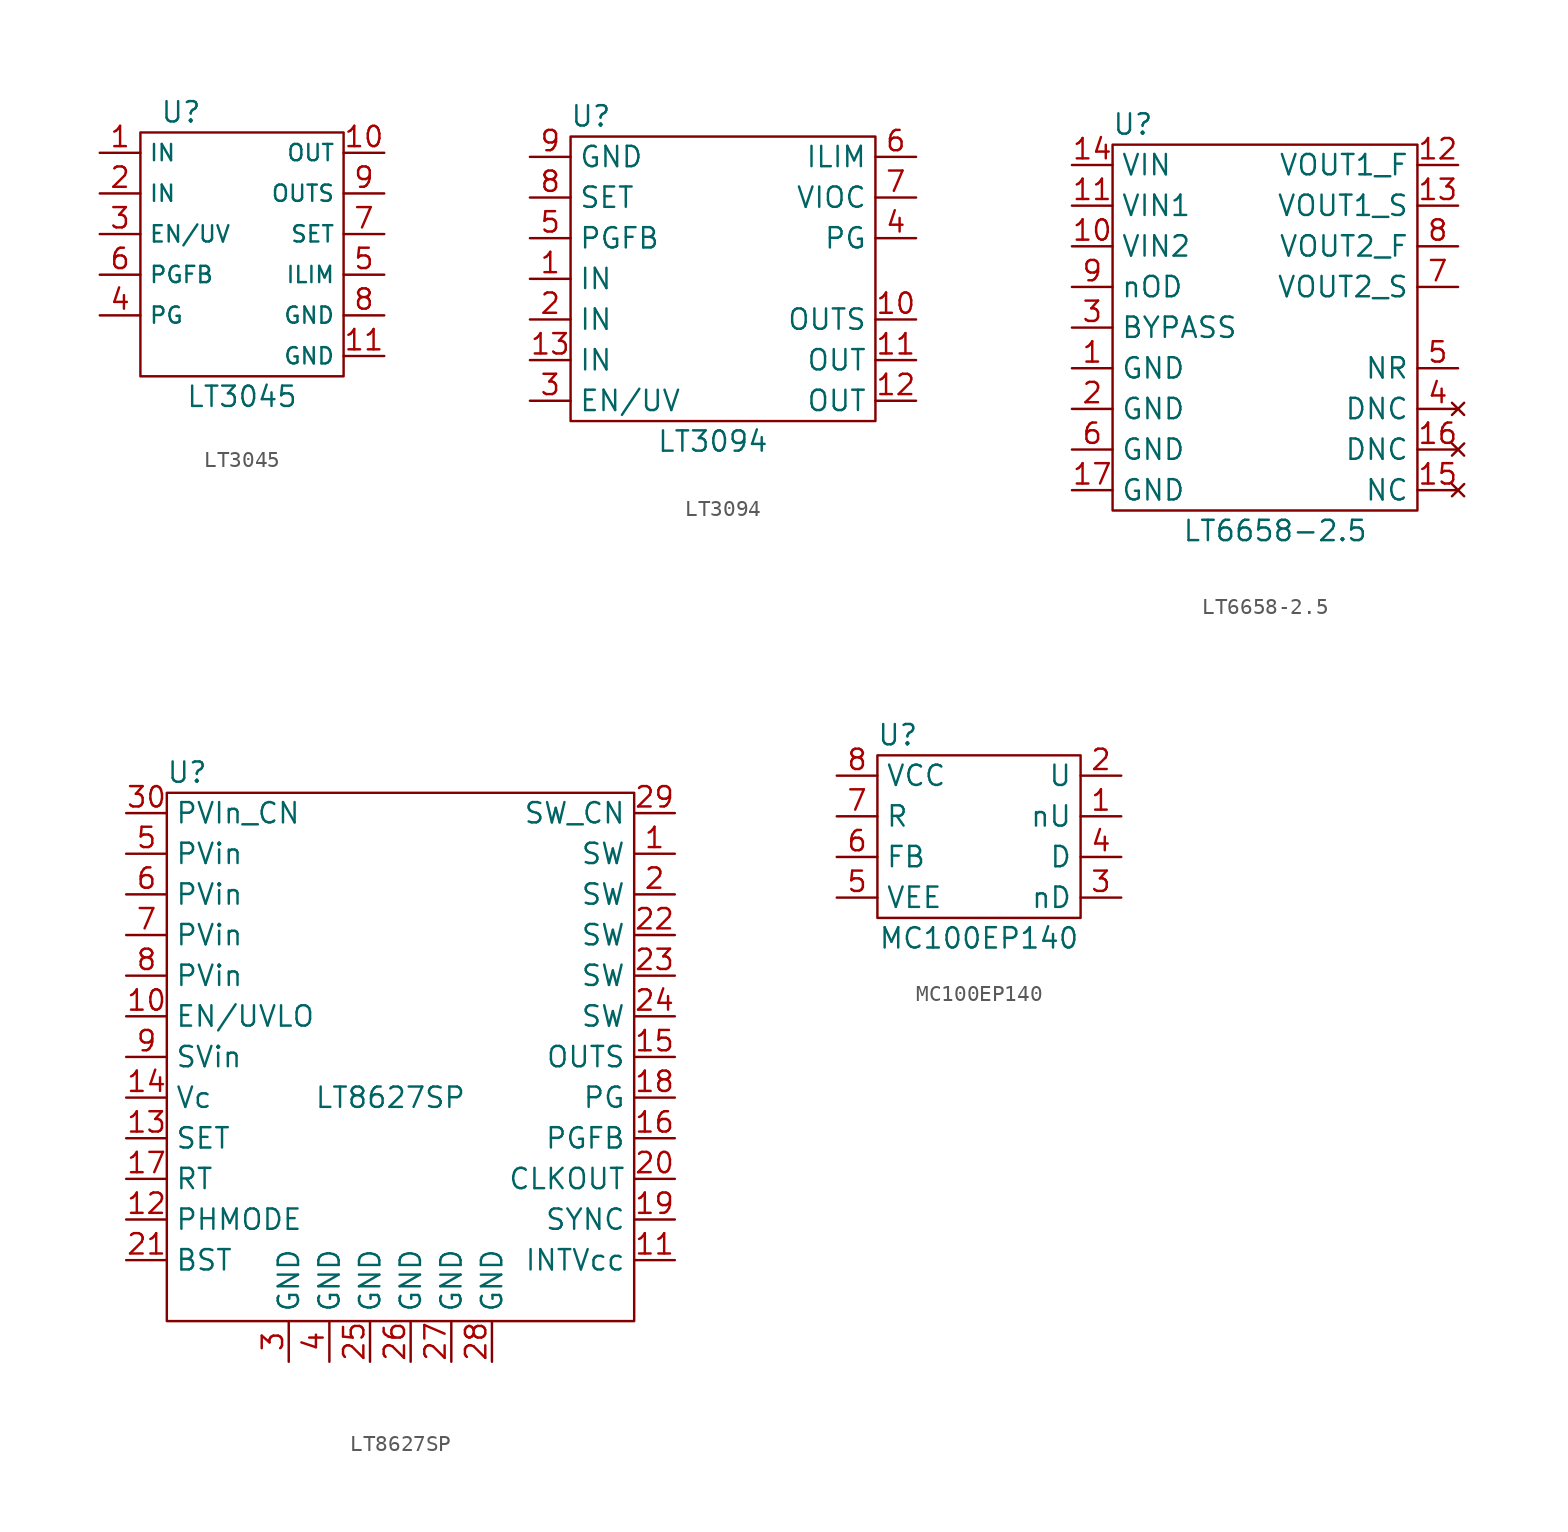
<source format=kicad_sym>
(kicad_symbol_lib
  (version 20211014)
  (generator kicad_symbol_editor)
  (symbol "LT3045"
    (property "Reference" "U"
      (at -3.81 7.62 0)
      (effects (font (size 1.27 1.27))))
    (property "Value" "LT3045"
      (at 0 -10.16 0)
      (effects (font (size 1.27 1.27))))
    (symbol "LT3045_0_1"
      (rectangle (start -6.35 6.35) (end 6.35 -8.89) (stroke (width 0.152) (type default) (color 0 0 0 0)) (fill (type none))))
    (symbol "LT3045_1_1"
      (pin power_in line (at -8.89 5.08 0) (length 2.54) (name "IN" (effects (font (size 1.016 1.016)))) (number "1" (effects (font (size 1.27 1.27)))))
      (pin power_out line (at 8.89 5.08 180) (length 2.54) (name "OUT" (effects (font (size 1.016 1.016)))) (number "10" (effects (font (size 1.27 1.27)))))
      (pin power_in line (at 8.89 -7.62 180) (length 2.54) (name "GND" (effects (font (size 1.016 1.016)))) (number "11" (effects (font (size 1.27 1.27)))))
      (pin power_in line (at -8.89 2.54 0) (length 2.54) (name "IN" (effects (font (size 1.016 1.016)))) (number "2" (effects (font (size 1.27 1.27)))))
      (pin input line (at -8.89 0 0) (length 2.54) (name "EN/UV" (effects (font (size 1.016 1.016)))) (number "3" (effects (font (size 1.27 1.27)))))
      (pin output line (at -8.89 -5.08 0) (length 2.54) (name "PG" (effects (font (size 1.016 1.016)))) (number "4" (effects (font (size 1.27 1.27)))))
      (pin passive line (at 8.89 -2.54 180) (length 2.54) (name "ILIM" (effects (font (size 1.016 1.016)))) (number "5" (effects (font (size 1.27 1.27)))))
      (pin input line (at -8.89 -2.54 0) (length 2.54) (name "PGFB" (effects (font (size 1.016 1.016)))) (number "6" (effects (font (size 1.27 1.27)))))
      (pin input line (at 8.89 0 180) (length 2.54) (name "SET" (effects (font (size 1.016 1.016)))) (number "7" (effects (font (size 1.27 1.27)))))
      (pin power_in line (at 8.89 -5.08 180) (length 2.54) (name "GND" (effects (font (size 1.016 1.016)))) (number "8" (effects (font (size 1.27 1.27)))))
      (pin power_out line (at 8.89 2.54 180) (length 2.54) (name "OUTS" (effects (font (size 1.016 1.016)))) (number "9" (effects (font (size 1.27 1.27)))))))
  (symbol "LT3094"
    (property "Reference" "U"
      (at -7.62 10.16 0)
      (effects (font (size 1.27 1.27))))
    (property "Value" "LT3094"
      (at 0 -10.16 0)
      (effects (font (size 1.27 1.27))))
    (symbol "LT3094_0_1"
      (rectangle (start -8.89 8.89) (end 10.16 -8.89) (stroke (width 0.152) (type default) (color 0 0 0 0)) (fill (type none))))
    (symbol "LT3094_1_1"
      (pin power_in line (at -11.43 0 0) (length 2.54) (name "IN" (effects (font (size 1.27 1.27)))) (number "1" (effects (font (size 1.27 1.27)))))
      (pin power_out line (at 12.7 -2.54 180) (length 2.54) (name "OUTS" (effects (font (size 1.27 1.27)))) (number "10" (effects (font (size 1.27 1.27)))))
      (pin power_out line (at 12.7 -5.08 180) (length 2.54) (name "OUT" (effects (font (size 1.27 1.27)))) (number "11" (effects (font (size 1.27 1.27)))))
      (pin power_out line (at 12.7 -7.62 180) (length 2.54) (name "OUT" (effects (font (size 1.27 1.27)))) (number "12" (effects (font (size 1.27 1.27)))))
      (pin power_in line (at -11.43 -5.08 0) (length 2.54) (name "IN" (effects (font (size 1.27 1.27)))) (number "13" (effects (font (size 1.27 1.27)))))
      (pin power_in line (at -11.43 -2.54 0) (length 2.54) (name "IN" (effects (font (size 1.27 1.27)))) (number "2" (effects (font (size 1.27 1.27)))))
      (pin input line (at -11.43 -7.62 0) (length 2.54) (name "EN/UV" (effects (font (size 1.27 1.27)))) (number "3" (effects (font (size 1.27 1.27)))))
      (pin output line (at 12.7 2.54 180) (length 2.54) (name "PG" (effects (font (size 1.27 1.27)))) (number "4" (effects (font (size 1.27 1.27)))))
      (pin input line (at -11.43 2.54 0) (length 2.54) (name "PGFB" (effects (font (size 1.27 1.27)))) (number "5" (effects (font (size 1.27 1.27)))))
      (pin input line (at 12.7 7.62 180) (length 2.54) (name "ILIM" (effects (font (size 1.27 1.27)))) (number "6" (effects (font (size 1.27 1.27)))))
      (pin input line (at 12.7 5.08 180) (length 2.54) (name "VIOC" (effects (font (size 1.27 1.27)))) (number "7" (effects (font (size 1.27 1.27)))))
      (pin input line (at -11.43 5.08 0) (length 2.54) (name "SET" (effects (font (size 1.27 1.27)))) (number "8" (effects (font (size 1.27 1.27)))))
      (pin power_in line (at -11.43 7.62 0) (length 2.54) (name "GND" (effects (font (size 1.27 1.27)))) (number "9" (effects (font (size 1.27 1.27)))))))
  (symbol "LT6658-2.5"
    (property "Reference" "U"
      (at -7.62 12.7 0)
      (effects (font (size 1.27 1.27))))
    (property "Value" "LT6658-2.5"
      (at 1.27 -12.7 0)
      (effects (font (size 1.27 1.27))))
    (symbol "LT6658-2.5_0_1"
      (rectangle (start -8.89 11.43) (end 10.16 -11.43) (stroke (width 0.152) (type default) (color 0 0 0 0)) (fill (type none))))
    (symbol "LT6658-2.5_1_1"
      (pin power_in line (at -11.43 -2.54 0) (length 2.54) (name "GND" (effects (font (size 1.27 1.27)))) (number "1" (effects (font (size 1.27 1.27)))))
      (pin power_in line (at -11.43 5.08 0) (length 2.54) (name "VIN2" (effects (font (size 1.27 1.27)))) (number "10" (effects (font (size 1.27 1.27)))))
      (pin power_in line (at -11.43 7.62 0) (length 2.54) (name "VIN1" (effects (font (size 1.27 1.27)))) (number "11" (effects (font (size 1.27 1.27)))))
      (pin power_out line (at 12.7 10.16 180) (length 2.54) (name "VOUT1_F" (effects (font (size 1.27 1.27)))) (number "12" (effects (font (size 1.27 1.27)))))
      (pin passive line (at 12.7 7.62 180) (length 2.54) (name "VOUT1_S" (effects (font (size 1.27 1.27)))) (number "13" (effects (font (size 1.27 1.27)))))
      (pin power_in line (at -11.43 10.16 0) (length 2.54) (name "VIN" (effects (font (size 1.27 1.27)))) (number "14" (effects (font (size 1.27 1.27)))))
      (pin no_connect line (at 12.7 -10.16 180) (length 2.54) (name "NC" (effects (font (size 1.27 1.27)))) (number "15" (effects (font (size 1.27 1.27)))))
      (pin no_connect line (at 12.7 -7.62 180) (length 2.54) (name "DNC" (effects (font (size 1.27 1.27)))) (number "16" (effects (font (size 1.27 1.27)))))
      (pin power_in line (at -11.43 -10.16 0) (length 2.54) (name "GND" (effects (font (size 1.27 1.27)))) (number "17" (effects (font (size 1.27 1.27)))))
      (pin power_in line (at -11.43 -5.08 0) (length 2.54) (name "GND" (effects (font (size 1.27 1.27)))) (number "2" (effects (font (size 1.27 1.27)))))
      (pin input line (at -11.43 0 0) (length 2.54) (name "BYPASS" (effects (font (size 1.27 1.27)))) (number "3" (effects (font (size 1.27 1.27)))))
      (pin no_connect line (at 12.7 -5.08 180) (length 2.54) (name "DNC" (effects (font (size 1.27 1.27)))) (number "4" (effects (font (size 1.27 1.27)))))
      (pin passive line (at 12.7 -2.54 180) (length 2.54) (name "NR" (effects (font (size 1.27 1.27)))) (number "5" (effects (font (size 1.27 1.27)))))
      (pin power_in line (at -11.43 -7.62 0) (length 2.54) (name "GND" (effects (font (size 1.27 1.27)))) (number "6" (effects (font (size 1.27 1.27)))))
      (pin passive line (at 12.7 2.54 180) (length 2.54) (name "VOUT2_S" (effects (font (size 1.27 1.27)))) (number "7" (effects (font (size 1.27 1.27)))))
      (pin power_out line (at 12.7 5.08 180) (length 2.54) (name "VOUT2_F" (effects (font (size 1.27 1.27)))) (number "8" (effects (font (size 1.27 1.27)))))
      (pin passive line (at -11.43 2.54 0) (length 2.54) (name "nOD" (effects (font (size 1.27 1.27)))) (number "9" (effects (font (size 1.27 1.27)))))))
  (symbol "LT8627SP"
    (property "Reference" "U"
      (at -13.97 16.51 0)
      (effects (font (size 1.27 1.27))))
    (property "Value" "LT8627SP"
      (at -1.27 -3.81 0)
      (effects (font (size 1.27 1.27))))
    (symbol "LT8627SP_0_1"
      (rectangle (start -15.24 15.24) (end 13.97 -17.78) (stroke (width 0.152) (type default) (color 0 0 0 0)) (fill (type none))))
    (symbol "LT8627SP_1_1"
      (pin passive line (at 16.51 11.43 180) (length 2.54) (name "SW" (effects (font (size 1.27 1.27)))) (number "1" (effects (font (size 1.27 1.27)))))
      (pin input line (at -17.78 1.27 0) (length 2.54) (name "EN/UVLO" (effects (font (size 1.27 1.27)))) (number "10" (effects (font (size 1.27 1.27)))))
      (pin power_out line (at 16.51 -13.97 180) (length 2.54) (name "INTVcc" (effects (font (size 1.27 1.27)))) (number "11" (effects (font (size 1.27 1.27)))))
      (pin input line (at -17.78 -11.43 0) (length 2.54) (name "PHMODE" (effects (font (size 1.27 1.27)))) (number "12" (effects (font (size 1.27 1.27)))))
      (pin input line (at -17.78 -6.35 0) (length 2.54) (name "SET" (effects (font (size 1.27 1.27)))) (number "13" (effects (font (size 1.27 1.27)))))
      (pin input line (at -17.78 -3.81 0) (length 2.54) (name "Vc" (effects (font (size 1.27 1.27)))) (number "14" (effects (font (size 1.27 1.27)))))
      (pin input line (at 16.51 -1.27 180) (length 2.54) (name "OUTS" (effects (font (size 1.27 1.27)))) (number "15" (effects (font (size 1.27 1.27)))))
      (pin input line (at 16.51 -6.35 180) (length 2.54) (name "PGFB" (effects (font (size 1.27 1.27)))) (number "16" (effects (font (size 1.27 1.27)))))
      (pin input line (at -17.78 -8.89 0) (length 2.54) (name "RT" (effects (font (size 1.27 1.27)))) (number "17" (effects (font (size 1.27 1.27)))))
      (pin input line (at 16.51 -3.81 180) (length 2.54) (name "PG" (effects (font (size 1.27 1.27)))) (number "18" (effects (font (size 1.27 1.27)))))
      (pin input line (at 16.51 -11.43 180) (length 2.54) (name "SYNC" (effects (font (size 1.27 1.27)))) (number "19" (effects (font (size 1.27 1.27)))))
      (pin passive line (at 16.51 8.89 180) (length 2.54) (name "SW" (effects (font (size 1.27 1.27)))) (number "2" (effects (font (size 1.27 1.27)))))
      (pin input line (at 16.51 -8.89 180) (length 2.54) (name "CLKOUT" (effects (font (size 1.27 1.27)))) (number "20" (effects (font (size 1.27 1.27)))))
      (pin input line (at -17.78 -13.97 0) (length 2.54) (name "BST" (effects (font (size 1.27 1.27)))) (number "21" (effects (font (size 1.27 1.27)))))
      (pin output line (at 16.51 6.35 180) (length 2.54) (name "SW" (effects (font (size 1.27 1.27)))) (number "22" (effects (font (size 1.27 1.27)))))
      (pin output line (at 16.51 3.81 180) (length 2.54) (name "SW" (effects (font (size 1.27 1.27)))) (number "23" (effects (font (size 1.27 1.27)))))
      (pin output line (at 16.51 1.27 180) (length 2.54) (name "SW" (effects (font (size 1.27 1.27)))) (number "24" (effects (font (size 1.27 1.27)))))
      (pin power_in line (at -2.54 -20.32 90) (length 2.54) (name "GND" (effects (font (size 1.27 1.27)))) (number "25" (effects (font (size 1.27 1.27)))))
      (pin power_in line (at 0 -20.32 90) (length 2.54) (name "GND" (effects (font (size 1.27 1.27)))) (number "26" (effects (font (size 1.27 1.27)))))
      (pin power_in line (at 2.54 -20.32 90) (length 2.54) (name "GND" (effects (font (size 1.27 1.27)))) (number "27" (effects (font (size 1.27 1.27)))))
      (pin power_in line (at 5.08 -20.32 90) (length 2.54) (name "GND" (effects (font (size 1.27 1.27)))) (number "28" (effects (font (size 1.27 1.27)))))
      (pin passive line (at 16.51 13.97 180) (length 2.54) (name "SW_CN" (effects (font (size 1.27 1.27)))) (number "29" (effects (font (size 1.27 1.27)))))
      (pin power_in line (at -7.62 -20.32 90) (length 2.54) (name "GND" (effects (font (size 1.27 1.27)))) (number "3" (effects (font (size 1.27 1.27)))))
      (pin passive line (at -17.78 13.97 0) (length 2.54) (name "PVIn_CN" (effects (font (size 1.27 1.27)))) (number "30" (effects (font (size 1.27 1.27)))))
      (pin no_connect line (at 12.7 -20.32 90) (length 2.54) hide (name "CN" (effects (font (size 1.27 1.27)))) (number "31" (effects (font (size 1.27 1.27)))))
      (pin no_connect line (at 10.16 -20.32 90) (length 2.54) hide (name "CN" (effects (font (size 1.27 1.27)))) (number "32" (effects (font (size 1.27 1.27)))))
      (pin power_in line (at -5.08 -20.32 90) (length 2.54) (name "GND" (effects (font (size 1.27 1.27)))) (number "4" (effects (font (size 1.27 1.27)))))
      (pin power_in line (at -17.78 11.43 0) (length 2.54) (name "PVin" (effects (font (size 1.27 1.27)))) (number "5" (effects (font (size 1.27 1.27)))))
      (pin power_in line (at -17.78 8.89 0) (length 2.54) (name "PVin" (effects (font (size 1.27 1.27)))) (number "6" (effects (font (size 1.27 1.27)))))
      (pin power_in line (at -17.78 6.35 0) (length 2.54) (name "PVin" (effects (font (size 1.27 1.27)))) (number "7" (effects (font (size 1.27 1.27)))))
      (pin power_in line (at -17.78 3.81 0) (length 2.54) (name "PVin" (effects (font (size 1.27 1.27)))) (number "8" (effects (font (size 1.27 1.27)))))
      (pin passive line (at -17.78 -1.27 0) (length 2.54) (name "SVin" (effects (font (size 1.27 1.27)))) (number "9" (effects (font (size 1.27 1.27)))))))
  (symbol "MC100EP140"
    (property "Reference" "U"
      (at -5.08 6.35 0)
      (effects (font (size 1.27 1.27))))
    (property "Value" "MC100EP140"
      (at 0 -6.35 0)
      (effects (font (size 1.27 1.27))))
    (symbol "MC100EP140_0_1"
      (rectangle (start -6.35 5.08) (end 6.35 -5.08) (stroke (width 0.152) (type default) (color 0 0 0 0)) (fill (type none))))
    (symbol "MC100EP140_1_1"
      (pin output line (at 8.89 1.27 180) (length 2.54) (name "nU" (effects (font (size 1.27 1.27)))) (number "1" (effects (font (size 1.27 1.27)))))
      (pin output line (at 8.89 3.81 180) (length 2.54) (name "U" (effects (font (size 1.27 1.27)))) (number "2" (effects (font (size 1.27 1.27)))))
      (pin output line (at 8.89 -3.81 180) (length 2.54) (name "nD" (effects (font (size 1.27 1.27)))) (number "3" (effects (font (size 1.27 1.27)))))
      (pin output line (at 8.89 -1.27 180) (length 2.54) (name "D" (effects (font (size 1.27 1.27)))) (number "4" (effects (font (size 1.27 1.27)))))
      (pin power_in line (at -8.89 -3.81 0) (length 2.54) (name "VEE" (effects (font (size 1.27 1.27)))) (number "5" (effects (font (size 1.27 1.27)))))
      (pin input line (at -8.89 -1.27 0) (length 2.54) (name "FB" (effects (font (size 1.27 1.27)))) (number "6" (effects (font (size 1.27 1.27)))))
      (pin input line (at -8.89 1.27 0) (length 2.54) (name "R" (effects (font (size 1.27 1.27)))) (number "7" (effects (font (size 1.27 1.27)))))
      (pin power_in line (at -8.89 3.81 0) (length 2.54) (name "VCC" (effects (font (size 1.27 1.27)))) (number "8" (effects (font (size 1.27 1.27))))))))
</source>
